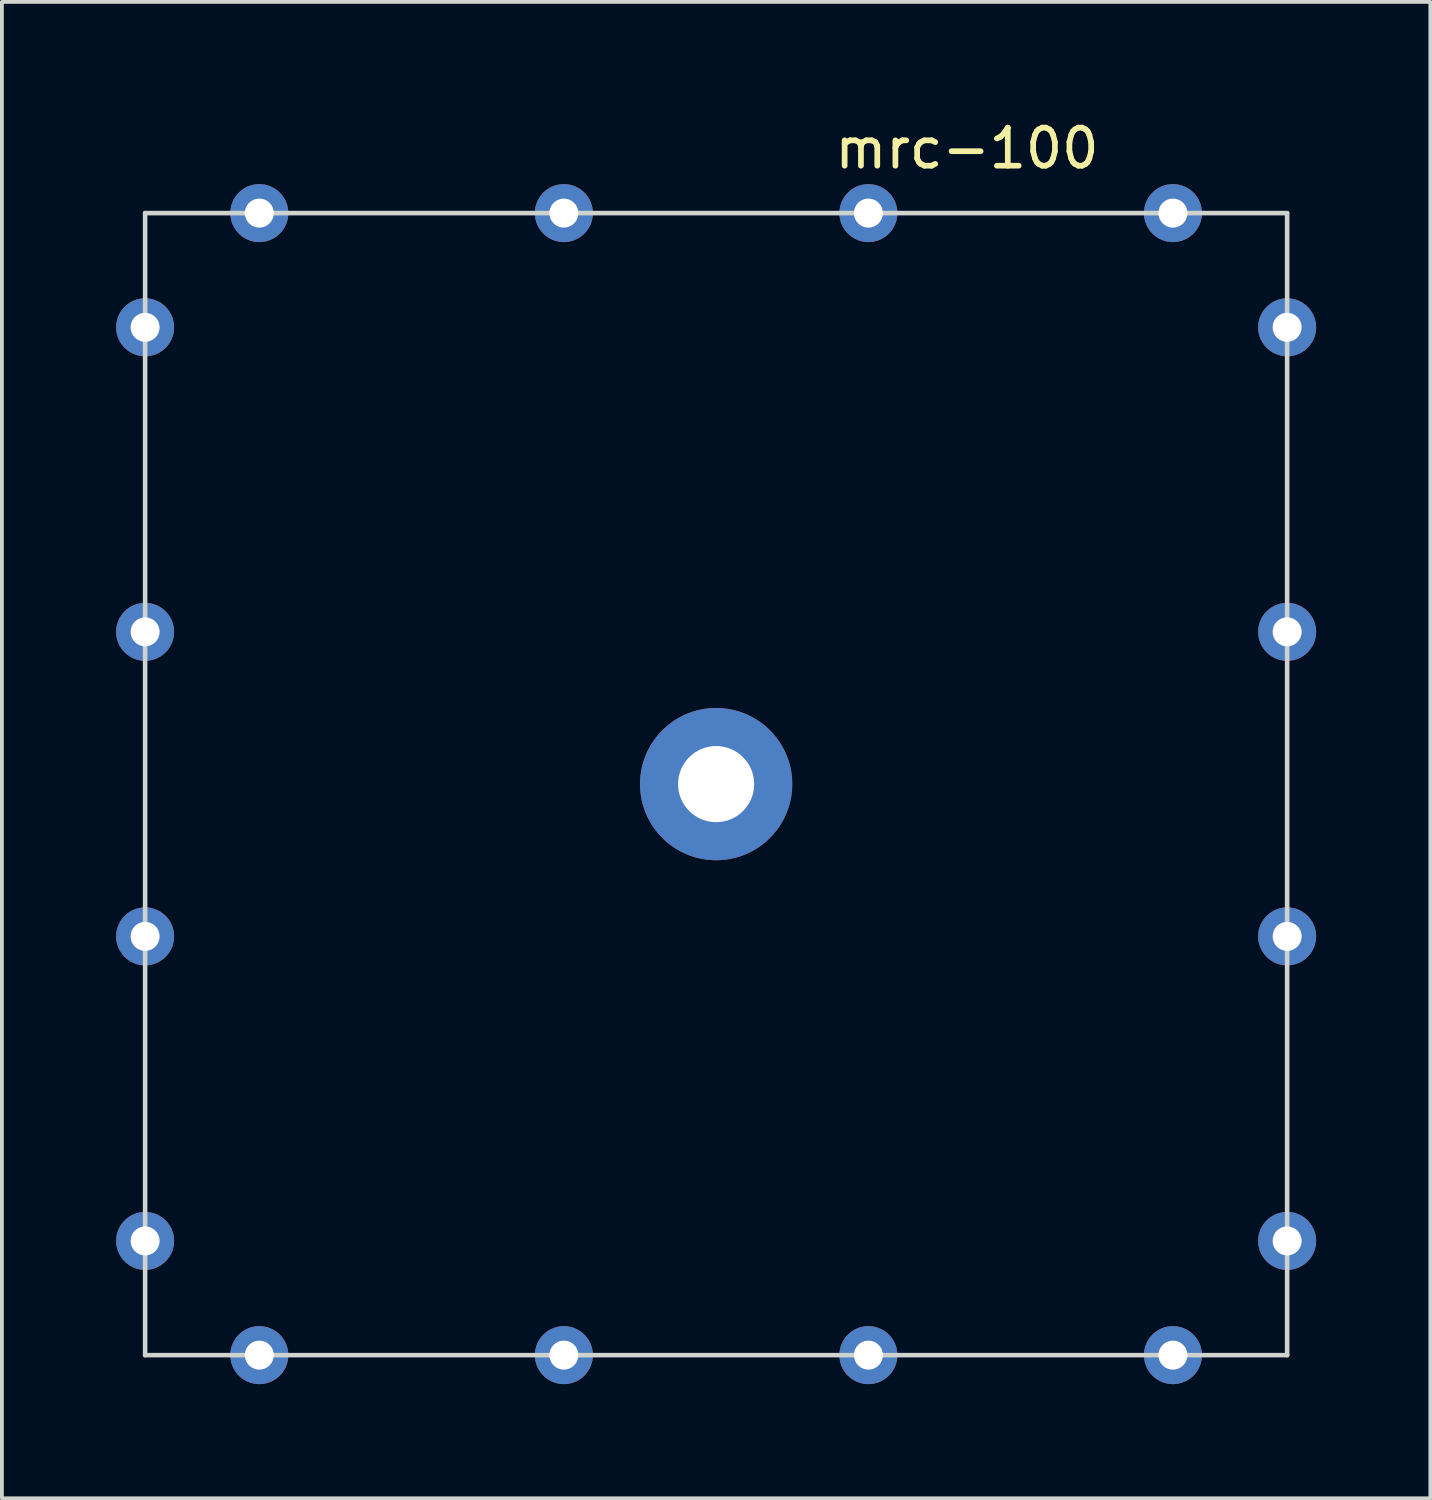
<source format=kicad_pcb>
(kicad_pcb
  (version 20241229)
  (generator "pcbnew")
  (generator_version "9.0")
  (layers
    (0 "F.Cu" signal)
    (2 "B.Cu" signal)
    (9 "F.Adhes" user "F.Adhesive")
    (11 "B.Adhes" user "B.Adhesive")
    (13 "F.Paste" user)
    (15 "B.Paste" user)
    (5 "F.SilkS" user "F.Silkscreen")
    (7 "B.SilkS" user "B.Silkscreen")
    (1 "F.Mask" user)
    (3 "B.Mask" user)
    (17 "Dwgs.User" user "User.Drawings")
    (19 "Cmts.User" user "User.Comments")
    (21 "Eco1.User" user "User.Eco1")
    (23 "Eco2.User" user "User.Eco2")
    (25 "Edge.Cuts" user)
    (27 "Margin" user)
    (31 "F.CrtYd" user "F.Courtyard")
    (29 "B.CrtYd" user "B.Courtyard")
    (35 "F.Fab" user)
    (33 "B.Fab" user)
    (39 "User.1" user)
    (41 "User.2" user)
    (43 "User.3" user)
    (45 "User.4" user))
  (footprint "mrc-100"
    (layer "F.Cu")
    (at 15.748 17.46)
    (property "Reference" "mrc-100" (at 6.604 -16.612 0) (layer "F.SilkS") (effects (font (size 1 1) (thickness 0.15))))
    (attr through_hole)
    (fp_line (start -14.986 -14.912) (end 15.014 -14.912) (stroke (width 0.12) (type solid)) (layer "Edge.Cuts"))
    (fp_line (start -14.986 15.088) (end -14.986 -14.912) (stroke (width 0.12) (type solid)) (layer "Edge.Cuts"))
    (fp_line (start 15.014 -14.912) (end 15.014 15.088) (stroke (width 0.12) (type solid)) (layer "Edge.Cuts"))
    (fp_line (start 15.014 15.088) (end -14.986 15.088) (stroke (width 0.12) (type solid)) (layer "Edge.Cuts"))
    (pad "1" thru_hole circle (at -14.986 -11.912) (size 1.524 1.524) (drill 0.762) (layers "*.Cu" "*.Mask"))
    (pad "1" thru_hole circle (at -11.986 -14.912) (size 1.524 1.524) (drill 0.762) (layers "*.Cu" "*.Mask"))
    (pad "1" thru_hole circle (at -11.986 15.088) (size 1.524 1.524) (drill 0.762) (layers "*.Cu" "*.Mask"))
    (pad "1" thru_hole circle (at 15.014 -11.912) (size 1.524 1.524) (drill 0.762) (layers "*.Cu" "*.Mask"))
    (pad "2" thru_hole circle (at -14.986 -3.912) (size 1.524 1.524) (drill 0.762) (layers "*.Cu" "*.Mask"))
    (pad "2" thru_hole circle (at -3.986 -14.912) (size 1.524 1.524) (drill 0.762) (layers "*.Cu" "*.Mask"))
    (pad "2" thru_hole circle (at -3.986 15.088) (size 1.524 1.524) (drill 0.762) (layers "*.Cu" "*.Mask"))
    (pad "2" thru_hole circle (at 15.014 -3.912) (size 1.524 1.524) (drill 0.762) (layers "*.Cu" "*.Mask"))
    (pad "3" thru_hole circle (at -14.986 4.088) (size 1.524 1.524) (drill 0.762) (layers "*.Cu" "*.Mask"))
    (pad "3" thru_hole circle (at 4.014 -14.912) (size 1.524 1.524) (drill 0.762) (layers "*.Cu" "*.Mask"))
    (pad "3" thru_hole circle (at 4.014 15.088) (size 1.524 1.524) (drill 0.762) (layers "*.Cu" "*.Mask"))
    (pad "3" thru_hole circle (at 15.014 4.088) (size 1.524 1.524) (drill 0.762) (layers "*.Cu" "*.Mask"))
    (pad "4" thru_hole circle (at -14.986 12.088) (size 1.524 1.524) (drill 0.762) (layers "*.Cu" "*.Mask"))
    (pad "4" thru_hole circle (at 12.014 -14.912) (size 1.524 1.524) (drill 0.762) (layers "*.Cu" "*.Mask"))
    (pad "4" thru_hole circle (at 12.014 15.088) (size 1.524 1.524) (drill 0.762) (layers "*.Cu" "*.Mask"))
    (pad "4" thru_hole circle (at 15.014 12.088) (size 1.524 1.524) (drill 0.762) (layers "*.Cu" "*.Mask"))
    (pad "5" thru_hole circle (at 0.014 0.088) (size 4 4) (drill 2) (layers "*.Cu" "*.Mask"))
    (zone (net_name "") (layer "F.Cu") (hatch edge 0.508) (connect_pads) (min_thickness 0.254) (filled_areas_thickness no) (keepout (tracks not_allowed) (vias allowed) (pads allowed) (copperpour not_allowed) (footprints not_allowed)) (placement (enabled no)) (fill) (polygon (pts (xy 2.692 4.353) (xy 0.762 4.353) (xy 0.762 2.547) (xy 2.692 2.525)))))
  (gr_rect
    (start -3 -3)
    (end 34.524 36.309)
    (stroke (width 0.1) (type default))
    (fill no)
    (layer "Edge.Cuts")))
</source>
